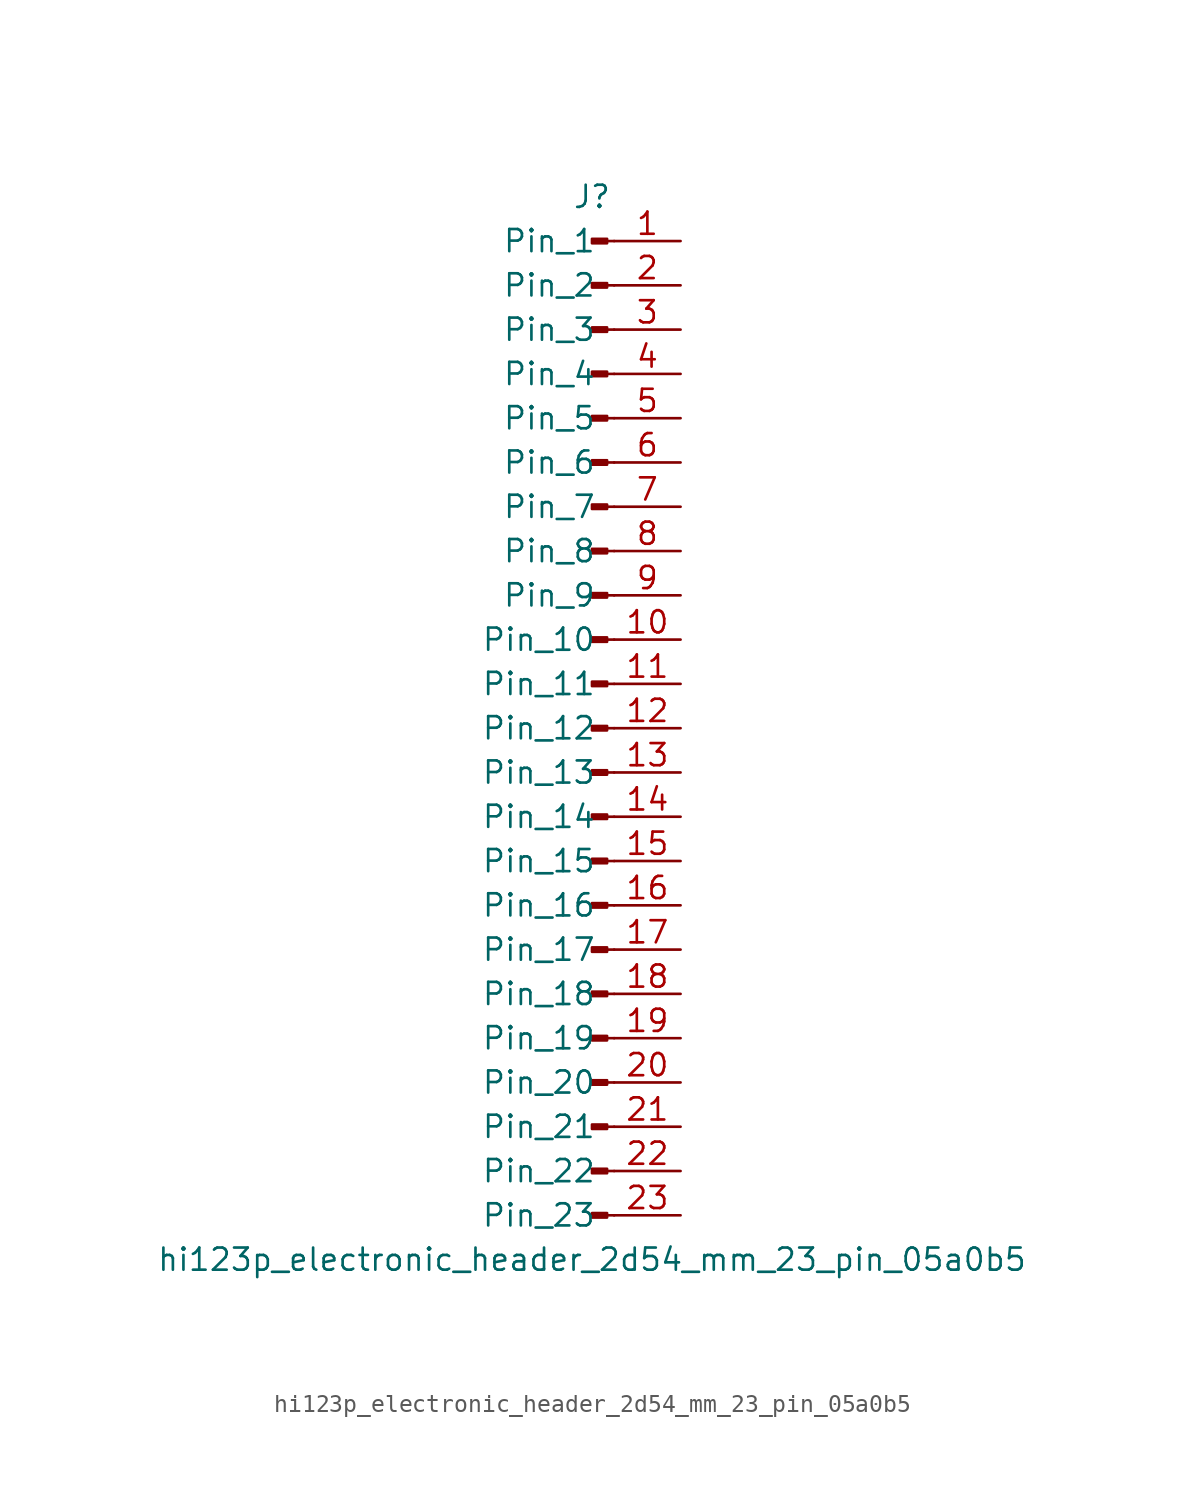
<source format=kicad_sym>
(kicad_symbol_lib
  (version 20220914)
  (generator kicad_symbol_editor)
  (symbol "hi123p_electronic_header_2d54_mm_23_pin_05a0b5"
    (pin_names
      (offset 1.016))
    (property "Reference" "J"
      (at 0 30.48 0)
      (effects (font (size 1.27 1.27))))
    (property "Value" "hi123p_electronic_header_2d54_mm_23_pin_05a0b5"
      (at 0 -30.48 0)
      (effects (font (size 1.27 1.27))))
    (property "ki_locked" ""
      (at 0 0 0)
      (effects (font (size 1.27 1.27))))
    (symbol "hi123p_electronic_header_2d54_mm_23_pin_05a0b5_1_1"
      (polyline (pts (xy 1.27 -27.94) (xy 0.864 -27.94)) (stroke (width 0.152) (type default)) (fill (type none)))
      (polyline (pts (xy 1.27 -25.4) (xy 0.864 -25.4)) (stroke (width 0.152) (type default)) (fill (type none)))
      (polyline (pts (xy 1.27 -22.86) (xy 0.864 -22.86)) (stroke (width 0.152) (type default)) (fill (type none)))
      (polyline (pts (xy 1.27 -20.32) (xy 0.864 -20.32)) (stroke (width 0.152) (type default)) (fill (type none)))
      (polyline (pts (xy 1.27 -17.78) (xy 0.864 -17.78)) (stroke (width 0.152) (type default)) (fill (type none)))
      (polyline (pts (xy 1.27 -15.24) (xy 0.864 -15.24)) (stroke (width 0.152) (type default)) (fill (type none)))
      (polyline (pts (xy 1.27 -12.7) (xy 0.864 -12.7)) (stroke (width 0.152) (type default)) (fill (type none)))
      (polyline (pts (xy 1.27 -10.16) (xy 0.864 -10.16)) (stroke (width 0.152) (type default)) (fill (type none)))
      (polyline (pts (xy 1.27 -7.62) (xy 0.864 -7.62)) (stroke (width 0.152) (type default)) (fill (type none)))
      (polyline (pts (xy 1.27 -5.08) (xy 0.864 -5.08)) (stroke (width 0.152) (type default)) (fill (type none)))
      (polyline (pts (xy 1.27 -2.54) (xy 0.864 -2.54)) (stroke (width 0.152) (type default)) (fill (type none)))
      (polyline (pts (xy 1.27 0) (xy 0.864 0)) (stroke (width 0.152) (type default)) (fill (type none)))
      (polyline (pts (xy 1.27 2.54) (xy 0.864 2.54)) (stroke (width 0.152) (type default)) (fill (type none)))
      (polyline (pts (xy 1.27 5.08) (xy 0.864 5.08)) (stroke (width 0.152) (type default)) (fill (type none)))
      (polyline (pts (xy 1.27 7.62) (xy 0.864 7.62)) (stroke (width 0.152) (type default)) (fill (type none)))
      (polyline (pts (xy 1.27 10.16) (xy 0.864 10.16)) (stroke (width 0.152) (type default)) (fill (type none)))
      (polyline (pts (xy 1.27 12.7) (xy 0.864 12.7)) (stroke (width 0.152) (type default)) (fill (type none)))
      (polyline (pts (xy 1.27 15.24) (xy 0.864 15.24)) (stroke (width 0.152) (type default)) (fill (type none)))
      (polyline (pts (xy 1.27 17.78) (xy 0.864 17.78)) (stroke (width 0.152) (type default)) (fill (type none)))
      (polyline (pts (xy 1.27 20.32) (xy 0.864 20.32)) (stroke (width 0.152) (type default)) (fill (type none)))
      (polyline (pts (xy 1.27 22.86) (xy 0.864 22.86)) (stroke (width 0.152) (type default)) (fill (type none)))
      (polyline (pts (xy 1.27 25.4) (xy 0.864 25.4)) (stroke (width 0.152) (type default)) (fill (type none)))
      (polyline (pts (xy 1.27 27.94) (xy 0.864 27.94)) (stroke (width 0.152) (type default)) (fill (type none)))
      (rectangle (start 0.864 -27.813) (end 0 -28.067) (stroke (width 0.152) (type default)) (fill (type outline)))
      (rectangle (start 0.864 -25.273) (end 0 -25.527) (stroke (width 0.152) (type default)) (fill (type outline)))
      (rectangle (start 0.864 -22.733) (end 0 -22.987) (stroke (width 0.152) (type default)) (fill (type outline)))
      (rectangle (start 0.864 -20.193) (end 0 -20.447) (stroke (width 0.152) (type default)) (fill (type outline)))
      (rectangle (start 0.864 -17.653) (end 0 -17.907) (stroke (width 0.152) (type default)) (fill (type outline)))
      (rectangle (start 0.864 -15.113) (end 0 -15.367) (stroke (width 0.152) (type default)) (fill (type outline)))
      (rectangle (start 0.864 -12.573) (end 0 -12.827) (stroke (width 0.152) (type default)) (fill (type outline)))
      (rectangle (start 0.864 -10.033) (end 0 -10.287) (stroke (width 0.152) (type default)) (fill (type outline)))
      (rectangle (start 0.864 -7.493) (end 0 -7.747) (stroke (width 0.152) (type default)) (fill (type outline)))
      (rectangle (start 0.864 -4.953) (end 0 -5.207) (stroke (width 0.152) (type default)) (fill (type outline)))
      (rectangle (start 0.864 -2.413) (end 0 -2.667) (stroke (width 0.152) (type default)) (fill (type outline)))
      (rectangle (start 0.864 0.127) (end 0 -0.127) (stroke (width 0.152) (type default)) (fill (type outline)))
      (rectangle (start 0.864 2.667) (end 0 2.413) (stroke (width 0.152) (type default)) (fill (type outline)))
      (rectangle (start 0.864 5.207) (end 0 4.953) (stroke (width 0.152) (type default)) (fill (type outline)))
      (rectangle (start 0.864 7.747) (end 0 7.493) (stroke (width 0.152) (type default)) (fill (type outline)))
      (rectangle (start 0.864 10.287) (end 0 10.033) (stroke (width 0.152) (type default)) (fill (type outline)))
      (rectangle (start 0.864 12.827) (end 0 12.573) (stroke (width 0.152) (type default)) (fill (type outline)))
      (rectangle (start 0.864 15.367) (end 0 15.113) (stroke (width 0.152) (type default)) (fill (type outline)))
      (rectangle (start 0.864 17.907) (end 0 17.653) (stroke (width 0.152) (type default)) (fill (type outline)))
      (rectangle (start 0.864 20.447) (end 0 20.193) (stroke (width 0.152) (type default)) (fill (type outline)))
      (rectangle (start 0.864 22.987) (end 0 22.733) (stroke (width 0.152) (type default)) (fill (type outline)))
      (rectangle (start 0.864 25.527) (end 0 25.273) (stroke (width 0.152) (type default)) (fill (type outline)))
      (rectangle (start 0.864 28.067) (end 0 27.813) (stroke (width 0.152) (type default)) (fill (type outline)))
      (pin passive line (at 5.08 27.94 180) (length 3.81) (name "Pin_1" (effects (font (size 1.27 1.27)))) (number "1" (effects (font (size 1.27 1.27)))))
      (pin passive line (at 5.08 5.08 180) (length 3.81) (name "Pin_10" (effects (font (size 1.27 1.27)))) (number "10" (effects (font (size 1.27 1.27)))))
      (pin passive line (at 5.08 2.54 180) (length 3.81) (name "Pin_11" (effects (font (size 1.27 1.27)))) (number "11" (effects (font (size 1.27 1.27)))))
      (pin passive line (at 5.08 0 180) (length 3.81) (name "Pin_12" (effects (font (size 1.27 1.27)))) (number "12" (effects (font (size 1.27 1.27)))))
      (pin passive line (at 5.08 -2.54 180) (length 3.81) (name "Pin_13" (effects (font (size 1.27 1.27)))) (number "13" (effects (font (size 1.27 1.27)))))
      (pin passive line (at 5.08 -5.08 180) (length 3.81) (name "Pin_14" (effects (font (size 1.27 1.27)))) (number "14" (effects (font (size 1.27 1.27)))))
      (pin passive line (at 5.08 -7.62 180) (length 3.81) (name "Pin_15" (effects (font (size 1.27 1.27)))) (number "15" (effects (font (size 1.27 1.27)))))
      (pin passive line (at 5.08 -10.16 180) (length 3.81) (name "Pin_16" (effects (font (size 1.27 1.27)))) (number "16" (effects (font (size 1.27 1.27)))))
      (pin passive line (at 5.08 -12.7 180) (length 3.81) (name "Pin_17" (effects (font (size 1.27 1.27)))) (number "17" (effects (font (size 1.27 1.27)))))
      (pin passive line (at 5.08 -15.24 180) (length 3.81) (name "Pin_18" (effects (font (size 1.27 1.27)))) (number "18" (effects (font (size 1.27 1.27)))))
      (pin passive line (at 5.08 -17.78 180) (length 3.81) (name "Pin_19" (effects (font (size 1.27 1.27)))) (number "19" (effects (font (size 1.27 1.27)))))
      (pin passive line (at 5.08 25.4 180) (length 3.81) (name "Pin_2" (effects (font (size 1.27 1.27)))) (number "2" (effects (font (size 1.27 1.27)))))
      (pin passive line (at 5.08 -20.32 180) (length 3.81) (name "Pin_20" (effects (font (size 1.27 1.27)))) (number "20" (effects (font (size 1.27 1.27)))))
      (pin passive line (at 5.08 -22.86 180) (length 3.81) (name "Pin_21" (effects (font (size 1.27 1.27)))) (number "21" (effects (font (size 1.27 1.27)))))
      (pin passive line (at 5.08 -25.4 180) (length 3.81) (name "Pin_22" (effects (font (size 1.27 1.27)))) (number "22" (effects (font (size 1.27 1.27)))))
      (pin passive line (at 5.08 -27.94 180) (length 3.81) (name "Pin_23" (effects (font (size 1.27 1.27)))) (number "23" (effects (font (size 1.27 1.27)))))
      (pin passive line (at 5.08 22.86 180) (length 3.81) (name "Pin_3" (effects (font (size 1.27 1.27)))) (number "3" (effects (font (size 1.27 1.27)))))
      (pin passive line (at 5.08 20.32 180) (length 3.81) (name "Pin_4" (effects (font (size 1.27 1.27)))) (number "4" (effects (font (size 1.27 1.27)))))
      (pin passive line (at 5.08 17.78 180) (length 3.81) (name "Pin_5" (effects (font (size 1.27 1.27)))) (number "5" (effects (font (size 1.27 1.27)))))
      (pin passive line (at 5.08 15.24 180) (length 3.81) (name "Pin_6" (effects (font (size 1.27 1.27)))) (number "6" (effects (font (size 1.27 1.27)))))
      (pin passive line (at 5.08 12.7 180) (length 3.81) (name "Pin_7" (effects (font (size 1.27 1.27)))) (number "7" (effects (font (size 1.27 1.27)))))
      (pin passive line (at 5.08 10.16 180) (length 3.81) (name "Pin_8" (effects (font (size 1.27 1.27)))) (number "8" (effects (font (size 1.27 1.27)))))
      (pin passive line (at 5.08 7.62 180) (length 3.81) (name "Pin_9" (effects (font (size 1.27 1.27)))) (number "9" (effects (font (size 1.27 1.27))))))))
</source>
